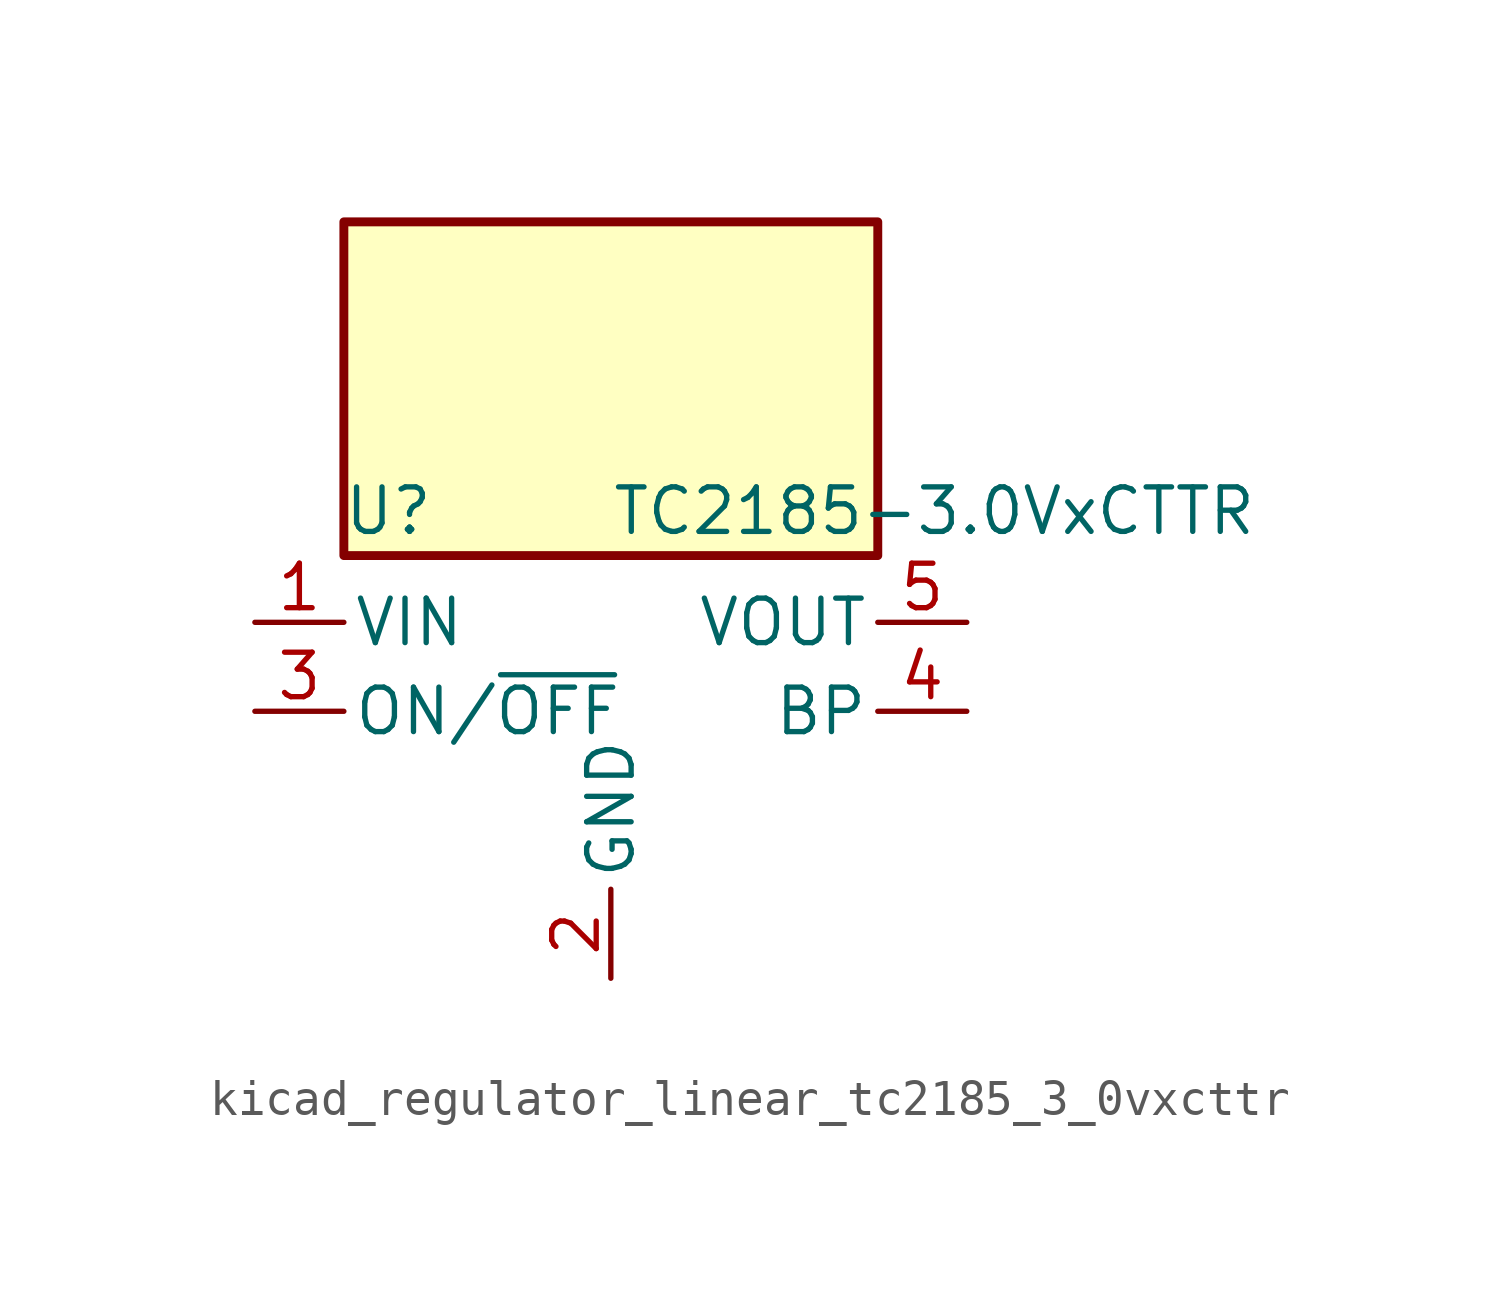
<source format=kicad_sym>
(kicad_symbol_lib
  (version 20220914)
  (generator kicad_symbol_editor)
  (symbol "kicad_regulator_linear_tc2185_3_0vxcttr"
    (pin_names
      (offset 0.254))
    (property "Reference" "U"
      (at -6.35 5.715 0)
      (effects (font (size 1.27 1.27))))
    (property "Value" "TC2185-3.0VxCTTR"
      (at 0 5.715 0)
      (effects (font (size 1.27 1.27)) (justify left)))
    (symbol "kicad_regulator_linear_tc2185_3_0vxcttr_0_1"
      (rectangle (start 7.62 13.97) (end -7.62 4.445) (stroke (width 0.254) (type default)) (fill (type background))))
    (symbol "kicad_regulator_linear_tc2185_3_0vxcttr_1_1"
      (pin power_in line (at -10.16 2.54 0) (length 2.54) (name "VIN" (effects (font (size 1.27 1.27)))) (number "1" (effects (font (size 1.27 1.27)))))
      (pin power_in line (at 0 -7.62 90) (length 2.54) (name "GND" (effects (font (size 1.27 1.27)))) (number "2" (effects (font (size 1.27 1.27)))))
      (pin input line (at -10.16 0 0) (length 2.54) (name "ON/~{OFF}" (effects (font (size 1.27 1.27)))) (number "3" (effects (font (size 1.27 1.27)))))
      (pin input line (at 10.16 0 180) (length 2.54) (name "BP" (effects (font (size 1.27 1.27)))) (number "4" (effects (font (size 1.27 1.27)))))
      (pin power_out line (at 10.16 2.54 180) (length 2.54) (name "VOUT" (effects (font (size 1.27 1.27)))) (number "5" (effects (font (size 1.27 1.27))))))))
</source>
